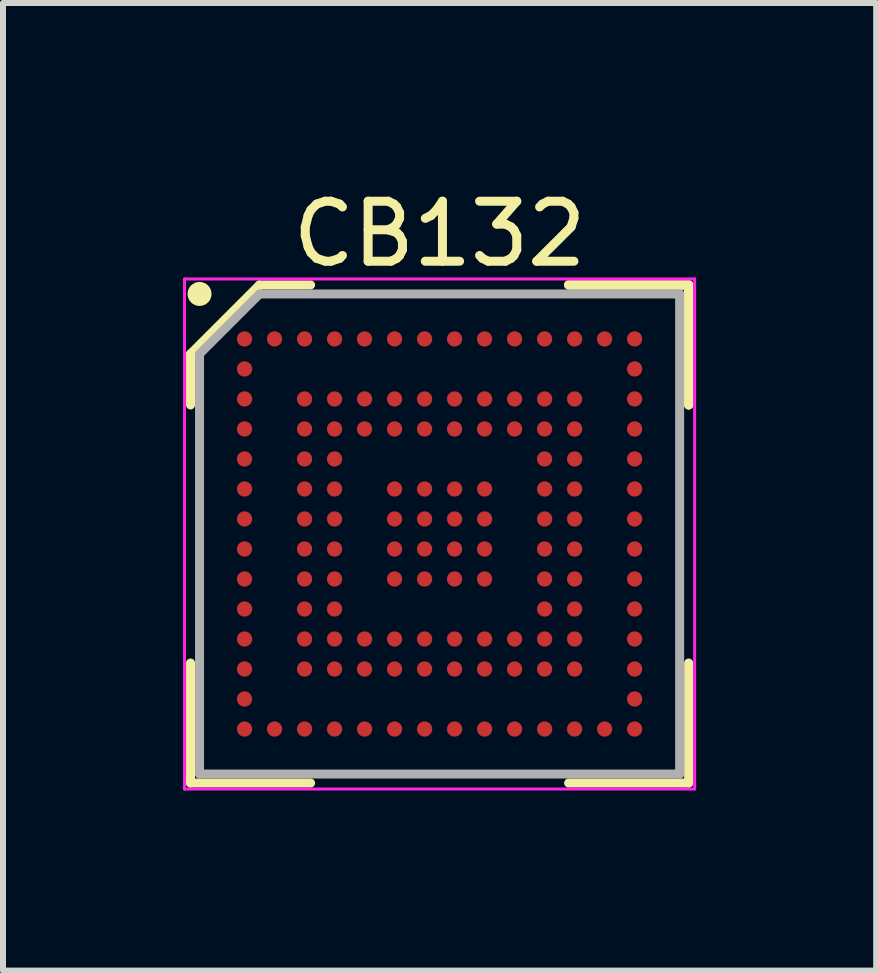
<source format=kicad_pcb>
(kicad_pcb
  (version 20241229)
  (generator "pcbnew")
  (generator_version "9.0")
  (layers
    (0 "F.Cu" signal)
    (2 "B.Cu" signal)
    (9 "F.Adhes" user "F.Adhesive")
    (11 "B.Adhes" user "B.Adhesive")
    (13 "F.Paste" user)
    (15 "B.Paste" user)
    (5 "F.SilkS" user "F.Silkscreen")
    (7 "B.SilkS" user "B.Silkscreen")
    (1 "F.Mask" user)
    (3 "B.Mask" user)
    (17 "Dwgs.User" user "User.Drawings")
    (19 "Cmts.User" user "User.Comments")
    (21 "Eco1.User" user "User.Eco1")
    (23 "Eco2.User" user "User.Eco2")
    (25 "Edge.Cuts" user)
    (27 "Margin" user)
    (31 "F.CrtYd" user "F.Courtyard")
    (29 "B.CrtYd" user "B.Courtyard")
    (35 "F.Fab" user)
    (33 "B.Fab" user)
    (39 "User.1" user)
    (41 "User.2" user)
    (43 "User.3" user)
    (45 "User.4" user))
  (footprint "CB132"
    (layer "F.Cu")
    (at 4.275 5.848)
    (property "Reference" "CB132" (at 0 -5 0) (layer "F.SilkS") (effects (font (size 1 1) (thickness 0.15))))
    (attr smd)
    (fp_line (start -4.15 -3) (end -4.15 -2.15) (stroke (width 0.15) (type solid)) (layer "F.SilkS"))
    (fp_line (start -4.15 4.15) (end -4.15 2.15) (stroke (width 0.15) (type solid)) (layer "F.SilkS"))
    (fp_line (start -3 -4.15) (end -4.15 -3) (stroke (width 0.15) (type solid)) (layer "F.SilkS"))
    (fp_line (start -2.15 -4.15) (end -3 -4.15) (stroke (width 0.15) (type solid)) (layer "F.SilkS"))
    (fp_line (start -2.15 4.15) (end -4.15 4.15) (stroke (width 0.15) (type solid)) (layer "F.SilkS"))
    (fp_line (start 2.15 -4.15) (end 4.15 -4.15) (stroke (width 0.15) (type solid)) (layer "F.SilkS"))
    (fp_line (start 2.15 -4.15) (end 4.15 -4.15) (stroke (width 0.15) (type solid)) (layer "F.SilkS"))
    (fp_line (start 2.15 -4.15) (end 4.15 -4.15) (stroke (width 0.15) (type solid)) (layer "F.SilkS"))
    (fp_line (start 2.15 4.15) (end 4.15 4.15) (stroke (width 0.15) (type solid)) (layer "F.SilkS"))
    (fp_line (start 4.15 -4.15) (end 4.15 -2.15) (stroke (width 0.15) (type solid)) (layer "F.SilkS"))
    (fp_line (start 4.15 -4.15) (end 4.15 -2.15) (stroke (width 0.15) (type solid)) (layer "F.SilkS"))
    (fp_line (start 4.15 -4.15) (end 4.15 -2.15) (stroke (width 0.15) (type solid)) (layer "F.SilkS"))
    (fp_line (start 4.15 4.15) (end 4.15 2.15) (stroke (width 0.15) (type solid)) (layer "F.SilkS"))
    (fp_circle (center -4 -4) (end -4 -3.9) (stroke (width 0.2) (type solid)) (fill no) (layer "F.SilkS"))
    (fp_line (start -4.25 -4.25) (end 4.25 -4.25) (stroke (width 0.05) (type solid)) (layer "F.CrtYd"))
    (fp_line (start -4.25 4.25) (end -4.25 -4.25) (stroke (width 0.05) (type solid)) (layer "F.CrtYd"))
    (fp_line (start 4.25 -4.25) (end 4.25 4.25) (stroke (width 0.05) (type solid)) (layer "F.CrtYd"))
    (fp_line (start 4.25 4.25) (end -4.25 4.25) (stroke (width 0.05) (type solid)) (layer "F.CrtYd"))
    (fp_line (start -4 -3) (end -4 4) (stroke (width 0.15) (type solid)) (layer "F.Fab"))
    (fp_line (start -4 4) (end 4 4) (stroke (width 0.15) (type solid)) (layer "F.Fab"))
    (fp_line (start -3 -4) (end -4 -3) (stroke (width 0.15) (type solid)) (layer "F.Fab"))
    (fp_line (start 4 -4) (end -3 -4) (stroke (width 0.15) (type solid)) (layer "F.Fab"))
    (fp_line (start 4 4) (end 4 -4) (stroke (width 0.15) (type solid)) (layer "F.Fab"))
    (pad "A1" smd circle (at -3.25 -3.25) (size 0.254 0.254) (layers "F.Cu" "F.Mask" "F.Paste"))
    (pad "A2" smd circle (at -2.75 -3.25) (size 0.254 0.254) (layers "F.Cu" "F.Mask" "F.Paste"))
    (pad "A3" smd circle (at -2.25 -3.25) (size 0.254 0.254) (layers "F.Cu" "F.Mask" "F.Paste"))
    (pad "A4" smd circle (at -1.75 -3.25) (size 0.254 0.254) (layers "F.Cu" "F.Mask" "F.Paste"))
    (pad "A5" smd circle (at -1.25 -3.25) (size 0.254 0.254) (layers "F.Cu" "F.Mask" "F.Paste"))
    (pad "A6" smd circle (at -0.75 -3.25) (size 0.254 0.254) (layers "F.Cu" "F.Mask" "F.Paste"))
    (pad "A7" smd circle (at -0.25 -3.25) (size 0.254 0.254) (layers "F.Cu" "F.Mask" "F.Paste"))
    (pad "A8" smd circle (at 0.25 -3.25) (size 0.254 0.254) (layers "F.Cu" "F.Mask" "F.Paste"))
    (pad "A9" smd circle (at 0.75 -3.25) (size 0.254 0.254) (layers "F.Cu" "F.Mask" "F.Paste"))
    (pad "A10" smd circle (at 1.25 -3.25) (size 0.254 0.254) (layers "F.Cu" "F.Mask" "F.Paste"))
    (pad "A11" smd circle (at 1.75 -3.25) (size 0.254 0.254) (layers "F.Cu" "F.Mask" "F.Paste"))
    (pad "A12" smd circle (at 2.25 -3.25) (size 0.254 0.254) (layers "F.Cu" "F.Mask" "F.Paste"))
    (pad "A13" smd circle (at 2.75 -3.25) (size 0.254 0.254) (layers "F.Cu" "F.Mask" "F.Paste"))
    (pad "A14" smd circle (at 3.25 -3.25) (size 0.254 0.254) (layers "F.Cu" "F.Mask" "F.Paste"))
    (pad "B1" smd circle (at -3.25 -2.75) (size 0.254 0.254) (layers "F.Cu" "F.Mask" "F.Paste"))
    (pad "B14" smd circle (at 3.25 -2.75) (size 0.254 0.254) (layers "F.Cu" "F.Mask" "F.Paste"))
    (pad "C1" smd circle (at -3.25 -2.25) (size 0.254 0.254) (layers "F.Cu" "F.Mask" "F.Paste"))
    (pad "C3" smd circle (at -2.25 -2.25) (size 0.254 0.254) (layers "F.Cu" "F.Mask" "F.Paste"))
    (pad "C4" smd circle (at -1.75 -2.25) (size 0.254 0.254) (layers "F.Cu" "F.Mask" "F.Paste"))
    (pad "C5" smd circle (at -1.25 -2.25) (size 0.254 0.254) (layers "F.Cu" "F.Mask" "F.Paste"))
    (pad "C6" smd circle (at -0.75 -2.25) (size 0.254 0.254) (layers "F.Cu" "F.Mask" "F.Paste"))
    (pad "C7" smd circle (at -0.25 -2.25) (size 0.254 0.254) (layers "F.Cu" "F.Mask" "F.Paste"))
    (pad "C8" smd circle (at 0.25 -2.25) (size 0.254 0.254) (layers "F.Cu" "F.Mask" "F.Paste"))
    (pad "C9" smd circle (at 0.75 -2.25) (size 0.254 0.254) (layers "F.Cu" "F.Mask" "F.Paste"))
    (pad "C10" smd circle (at 1.25 -2.25) (size 0.254 0.254) (layers "F.Cu" "F.Mask" "F.Paste"))
    (pad "C11" smd circle (at 1.75 -2.25) (size 0.254 0.254) (layers "F.Cu" "F.Mask" "F.Paste"))
    (pad "C12" smd circle (at 2.25 -2.25) (size 0.254 0.254) (layers "F.Cu" "F.Mask" "F.Paste"))
    (pad "C14" smd circle (at 3.25 -2.25) (size 0.254 0.254) (layers "F.Cu" "F.Mask" "F.Paste"))
    (pad "D1" smd circle (at -3.25 -1.75) (size 0.254 0.254) (layers "F.Cu" "F.Mask" "F.Paste"))
    (pad "D3" smd circle (at -2.25 -1.75) (size 0.254 0.254) (layers "F.Cu" "F.Mask" "F.Paste"))
    (pad "D4" smd circle (at -1.75 -1.75) (size 0.254 0.254) (layers "F.Cu" "F.Mask" "F.Paste"))
    (pad "D5" smd circle (at -1.25 -1.75) (size 0.254 0.254) (layers "F.Cu" "F.Mask" "F.Paste"))
    (pad "D6" smd circle (at -0.75 -1.75) (size 0.254 0.254) (layers "F.Cu" "F.Mask" "F.Paste"))
    (pad "D7" smd circle (at -0.25 -1.75) (size 0.254 0.254) (layers "F.Cu" "F.Mask" "F.Paste"))
    (pad "D8" smd circle (at 0.25 -1.75) (size 0.254 0.254) (layers "F.Cu" "F.Mask" "F.Paste"))
    (pad "D9" smd circle (at 0.75 -1.75) (size 0.254 0.254) (layers "F.Cu" "F.Mask" "F.Paste"))
    (pad "D10" smd circle (at 1.25 -1.75) (size 0.254 0.254) (layers "F.Cu" "F.Mask" "F.Paste"))
    (pad "D11" smd circle (at 1.75 -1.75) (size 0.254 0.254) (layers "F.Cu" "F.Mask" "F.Paste"))
    (pad "D12" smd circle (at 2.25 -1.75) (size 0.254 0.254) (layers "F.Cu" "F.Mask" "F.Paste"))
    (pad "D14" smd circle (at 3.25 -1.75) (size 0.254 0.254) (layers "F.Cu" "F.Mask" "F.Paste"))
    (pad "E1" smd circle (at -3.25 -1.25) (size 0.254 0.254) (layers "F.Cu" "F.Mask" "F.Paste"))
    (pad "E3" smd circle (at -2.25 -1.25) (size 0.254 0.254) (layers "F.Cu" "F.Mask" "F.Paste"))
    (pad "E4" smd circle (at -1.75 -1.25) (size 0.254 0.254) (layers "F.Cu" "F.Mask" "F.Paste"))
    (pad "E11" smd circle (at 1.75 -1.25) (size 0.254 0.254) (layers "F.Cu" "F.Mask" "F.Paste"))
    (pad "E12" smd circle (at 2.25 -1.25) (size 0.254 0.254) (layers "F.Cu" "F.Mask" "F.Paste"))
    (pad "E14" smd circle (at 3.25 -1.25) (size 0.254 0.254) (layers "F.Cu" "F.Mask" "F.Paste"))
    (pad "F1" smd circle (at -3.25 -0.75) (size 0.254 0.254) (layers "F.Cu" "F.Mask" "F.Paste"))
    (pad "F3" smd circle (at -2.25 -0.75) (size 0.254 0.254) (layers "F.Cu" "F.Mask" "F.Paste"))
    (pad "F4" smd circle (at -1.75 -0.75) (size 0.254 0.254) (layers "F.Cu" "F.Mask" "F.Paste"))
    (pad "F6" smd circle (at -0.75 -0.75) (size 0.254 0.254) (layers "F.Cu" "F.Mask" "F.Paste"))
    (pad "F7" smd circle (at -0.25 -0.75) (size 0.254 0.254) (layers "F.Cu" "F.Mask" "F.Paste"))
    (pad "F8" smd circle (at 0.25 -0.75) (size 0.254 0.254) (layers "F.Cu" "F.Mask" "F.Paste"))
    (pad "F9" smd circle (at 0.75 -0.75) (size 0.254 0.254) (layers "F.Cu" "F.Mask" "F.Paste"))
    (pad "F11" smd circle (at 1.75 -0.75) (size 0.254 0.254) (layers "F.Cu" "F.Mask" "F.Paste"))
    (pad "F12" smd circle (at 2.25 -0.75) (size 0.254 0.254) (layers "F.Cu" "F.Mask" "F.Paste"))
    (pad "F14" smd circle (at 3.25 -0.75) (size 0.254 0.254) (layers "F.Cu" "F.Mask" "F.Paste"))
    (pad "G1" smd circle (at -3.25 -0.25) (size 0.254 0.254) (layers "F.Cu" "F.Mask" "F.Paste"))
    (pad "G3" smd circle (at -2.25 -0.25) (size 0.254 0.254) (layers "F.Cu" "F.Mask" "F.Paste"))
    (pad "G4" smd circle (at -1.75 -0.25) (size 0.254 0.254) (layers "F.Cu" "F.Mask" "F.Paste"))
    (pad "G6" smd circle (at -0.75 -0.25) (size 0.254 0.254) (layers "F.Cu" "F.Mask" "F.Paste"))
    (pad "G7" smd circle (at -0.25 -0.25) (size 0.254 0.254) (layers "F.Cu" "F.Mask" "F.Paste"))
    (pad "G8" smd circle (at 0.25 -0.25) (size 0.254 0.254) (layers "F.Cu" "F.Mask" "F.Paste"))
    (pad "G9" smd circle (at 0.75 -0.25) (size 0.254 0.254) (layers "F.Cu" "F.Mask" "F.Paste"))
    (pad "G11" smd circle (at 1.75 -0.25) (size 0.254 0.254) (layers "F.Cu" "F.Mask" "F.Paste"))
    (pad "G12" smd circle (at 2.25 -0.25) (size 0.254 0.254) (layers "F.Cu" "F.Mask" "F.Paste"))
    (pad "G14" smd circle (at 3.25 -0.25) (size 0.254 0.254) (layers "F.Cu" "F.Mask" "F.Paste"))
    (pad "H1" smd circle (at -3.25 0.25) (size 0.254 0.254) (layers "F.Cu" "F.Mask" "F.Paste"))
    (pad "H3" smd circle (at -2.25 0.25) (size 0.254 0.254) (layers "F.Cu" "F.Mask" "F.Paste"))
    (pad "H4" smd circle (at -1.75 0.25) (size 0.254 0.254) (layers "F.Cu" "F.Mask" "F.Paste"))
    (pad "H6" smd circle (at -0.75 0.25) (size 0.254 0.254) (layers "F.Cu" "F.Mask" "F.Paste"))
    (pad "H7" smd circle (at -0.25 0.25) (size 0.254 0.254) (layers "F.Cu" "F.Mask" "F.Paste"))
    (pad "H8" smd circle (at 0.25 0.25) (size 0.254 0.254) (layers "F.Cu" "F.Mask" "F.Paste"))
    (pad "H9" smd circle (at 0.75 0.25) (size 0.254 0.254) (layers "F.Cu" "F.Mask" "F.Paste"))
    (pad "H11" smd circle (at 1.75 0.25) (size 0.254 0.254) (layers "F.Cu" "F.Mask" "F.Paste"))
    (pad "H12" smd circle (at 2.25 0.25) (size 0.254 0.254) (layers "F.Cu" "F.Mask" "F.Paste"))
    (pad "H14" smd circle (at 3.25 0.25) (size 0.254 0.254) (layers "F.Cu" "F.Mask" "F.Paste"))
    (pad "J1" smd circle (at -3.25 0.75) (size 0.254 0.254) (layers "F.Cu" "F.Mask" "F.Paste"))
    (pad "J3" smd circle (at -2.25 0.75) (size 0.254 0.254) (layers "F.Cu" "F.Mask" "F.Paste"))
    (pad "J4" smd circle (at -1.75 0.75) (size 0.254 0.254) (layers "F.Cu" "F.Mask" "F.Paste"))
    (pad "J6" smd circle (at -0.75 0.75) (size 0.254 0.254) (layers "F.Cu" "F.Mask" "F.Paste"))
    (pad "J7" smd circle (at -0.25 0.75) (size 0.254 0.254) (layers "F.Cu" "F.Mask" "F.Paste"))
    (pad "J8" smd circle (at 0.25 0.75) (size 0.254 0.254) (layers "F.Cu" "F.Mask" "F.Paste"))
    (pad "J9" smd circle (at 0.75 0.75) (size 0.254 0.254) (layers "F.Cu" "F.Mask" "F.Paste"))
    (pad "J11" smd circle (at 1.75 0.75) (size 0.254 0.254) (layers "F.Cu" "F.Mask" "F.Paste"))
    (pad "J12" smd circle (at 2.25 0.75) (size 0.254 0.254) (layers "F.Cu" "F.Mask" "F.Paste"))
    (pad "J14" smd circle (at 3.25 0.75) (size 0.254 0.254) (layers "F.Cu" "F.Mask" "F.Paste"))
    (pad "K1" smd circle (at -3.25 1.25) (size 0.254 0.254) (layers "F.Cu" "F.Mask" "F.Paste"))
    (pad "K3" smd circle (at -2.25 1.25) (size 0.254 0.254) (layers "F.Cu" "F.Mask" "F.Paste"))
    (pad "K4" smd circle (at -1.75 1.25) (size 0.254 0.254) (layers "F.Cu" "F.Mask" "F.Paste"))
    (pad "K11" smd circle (at 1.75 1.25) (size 0.254 0.254) (layers "F.Cu" "F.Mask" "F.Paste"))
    (pad "K12" smd circle (at 2.25 1.25) (size 0.254 0.254) (layers "F.Cu" "F.Mask" "F.Paste"))
    (pad "K14" smd circle (at 3.25 1.25) (size 0.254 0.254) (layers "F.Cu" "F.Mask" "F.Paste"))
    (pad "L1" smd circle (at -3.25 1.75) (size 0.254 0.254) (layers "F.Cu" "F.Mask" "F.Paste"))
    (pad "L3" smd circle (at -2.25 1.75) (size 0.254 0.254) (layers "F.Cu" "F.Mask" "F.Paste"))
    (pad "L4" smd circle (at -1.75 1.75) (size 0.254 0.254) (layers "F.Cu" "F.Mask" "F.Paste"))
    (pad "L5" smd circle (at -1.25 1.75) (size 0.254 0.254) (layers "F.Cu" "F.Mask" "F.Paste"))
    (pad "L6" smd circle (at -0.75 1.75) (size 0.254 0.254) (layers "F.Cu" "F.Mask" "F.Paste"))
    (pad "L7" smd circle (at -0.25 1.75) (size 0.254 0.254) (layers "F.Cu" "F.Mask" "F.Paste"))
    (pad "L8" smd circle (at 0.25 1.75) (size 0.254 0.254) (layers "F.Cu" "F.Mask" "F.Paste"))
    (pad "L9" smd circle (at 0.75 1.75) (size 0.254 0.254) (layers "F.Cu" "F.Mask" "F.Paste"))
    (pad "L10" smd circle (at 1.25 1.75) (size 0.254 0.254) (layers "F.Cu" "F.Mask" "F.Paste"))
    (pad "L11" smd circle (at 1.75 1.75) (size 0.254 0.254) (layers "F.Cu" "F.Mask" "F.Paste"))
    (pad "L12" smd circle (at 2.25 1.75) (size 0.254 0.254) (layers "F.Cu" "F.Mask" "F.Paste"))
    (pad "L14" smd circle (at 3.25 1.75) (size 0.254 0.254) (layers "F.Cu" "F.Mask" "F.Paste"))
    (pad "M1" smd circle (at -3.25 2.25) (size 0.254 0.254) (layers "F.Cu" "F.Mask" "F.Paste"))
    (pad "M3" smd circle (at -2.25 2.25) (size 0.254 0.254) (layers "F.Cu" "F.Mask" "F.Paste"))
    (pad "M4" smd circle (at -1.75 2.25) (size 0.254 0.254) (layers "F.Cu" "F.Mask" "F.Paste"))
    (pad "M5" smd circle (at -1.25 2.25) (size 0.254 0.254) (layers "F.Cu" "F.Mask" "F.Paste"))
    (pad "M6" smd circle (at -0.75 2.25) (size 0.254 0.254) (layers "F.Cu" "F.Mask" "F.Paste"))
    (pad "M7" smd circle (at -0.25 2.25) (size 0.254 0.254) (layers "F.Cu" "F.Mask" "F.Paste"))
    (pad "M8" smd circle (at 0.25 2.25) (size 0.254 0.254) (layers "F.Cu" "F.Mask" "F.Paste"))
    (pad "M9" smd circle (at 0.75 2.25) (size 0.254 0.254) (layers "F.Cu" "F.Mask" "F.Paste"))
    (pad "M10" smd circle (at 1.25 2.25) (size 0.254 0.254) (layers "F.Cu" "F.Mask" "F.Paste"))
    (pad "M11" smd circle (at 1.75 2.25) (size 0.254 0.254) (layers "F.Cu" "F.Mask" "F.Paste"))
    (pad "M12" smd circle (at 2.25 2.25) (size 0.254 0.254) (layers "F.Cu" "F.Mask" "F.Paste"))
    (pad "M14" smd circle (at 3.25 2.25) (size 0.254 0.254) (layers "F.Cu" "F.Mask" "F.Paste"))
    (pad "N1" smd circle (at -3.25 2.75) (size 0.254 0.254) (layers "F.Cu" "F.Mask" "F.Paste"))
    (pad "N14" smd circle (at 3.25 2.75) (size 0.254 0.254) (layers "F.Cu" "F.Mask" "F.Paste"))
    (pad "P1" smd circle (at -3.25 3.25) (size 0.254 0.254) (layers "F.Cu" "F.Mask" "F.Paste"))
    (pad "P2" smd circle (at -2.75 3.25) (size 0.254 0.254) (layers "F.Cu" "F.Mask" "F.Paste"))
    (pad "P3" smd circle (at -2.25 3.25) (size 0.254 0.254) (layers "F.Cu" "F.Mask" "F.Paste"))
    (pad "P4" smd circle (at -1.75 3.25) (size 0.254 0.254) (layers "F.Cu" "F.Mask" "F.Paste"))
    (pad "P5" smd circle (at -1.25 3.25) (size 0.254 0.254) (layers "F.Cu" "F.Mask" "F.Paste"))
    (pad "P6" smd circle (at -0.75 3.25) (size 0.254 0.254) (layers "F.Cu" "F.Mask" "F.Paste"))
    (pad "P7" smd circle (at -0.25 3.25) (size 0.254 0.254) (layers "F.Cu" "F.Mask" "F.Paste"))
    (pad "P8" smd circle (at 0.25 3.25) (size 0.254 0.254) (layers "F.Cu" "F.Mask" "F.Paste"))
    (pad "P9" smd circle (at 0.75 3.25) (size 0.254 0.254) (layers "F.Cu" "F.Mask" "F.Paste"))
    (pad "P10" smd circle (at 1.25 3.25) (size 0.254 0.254) (layers "F.Cu" "F.Mask" "F.Paste"))
    (pad "P11" smd circle (at 1.75 3.25) (size 0.254 0.254) (layers "F.Cu" "F.Mask" "F.Paste"))
    (pad "P12" smd circle (at 2.25 3.25) (size 0.254 0.254) (layers "F.Cu" "F.Mask" "F.Paste"))
    (pad "P13" smd circle (at 2.75 3.25) (size 0.254 0.254) (layers "F.Cu" "F.Mask" "F.Paste"))
    (pad "P14" smd circle (at 3.25 3.25) (size 0.254 0.254) (layers "F.Cu" "F.Mask" "F.Paste")))
  (gr_rect
    (start -3 -3)
    (end 11.55 13.123)
    (stroke (width 0.1) (type default))
    (fill no)
    (layer "Edge.Cuts")))
</source>
